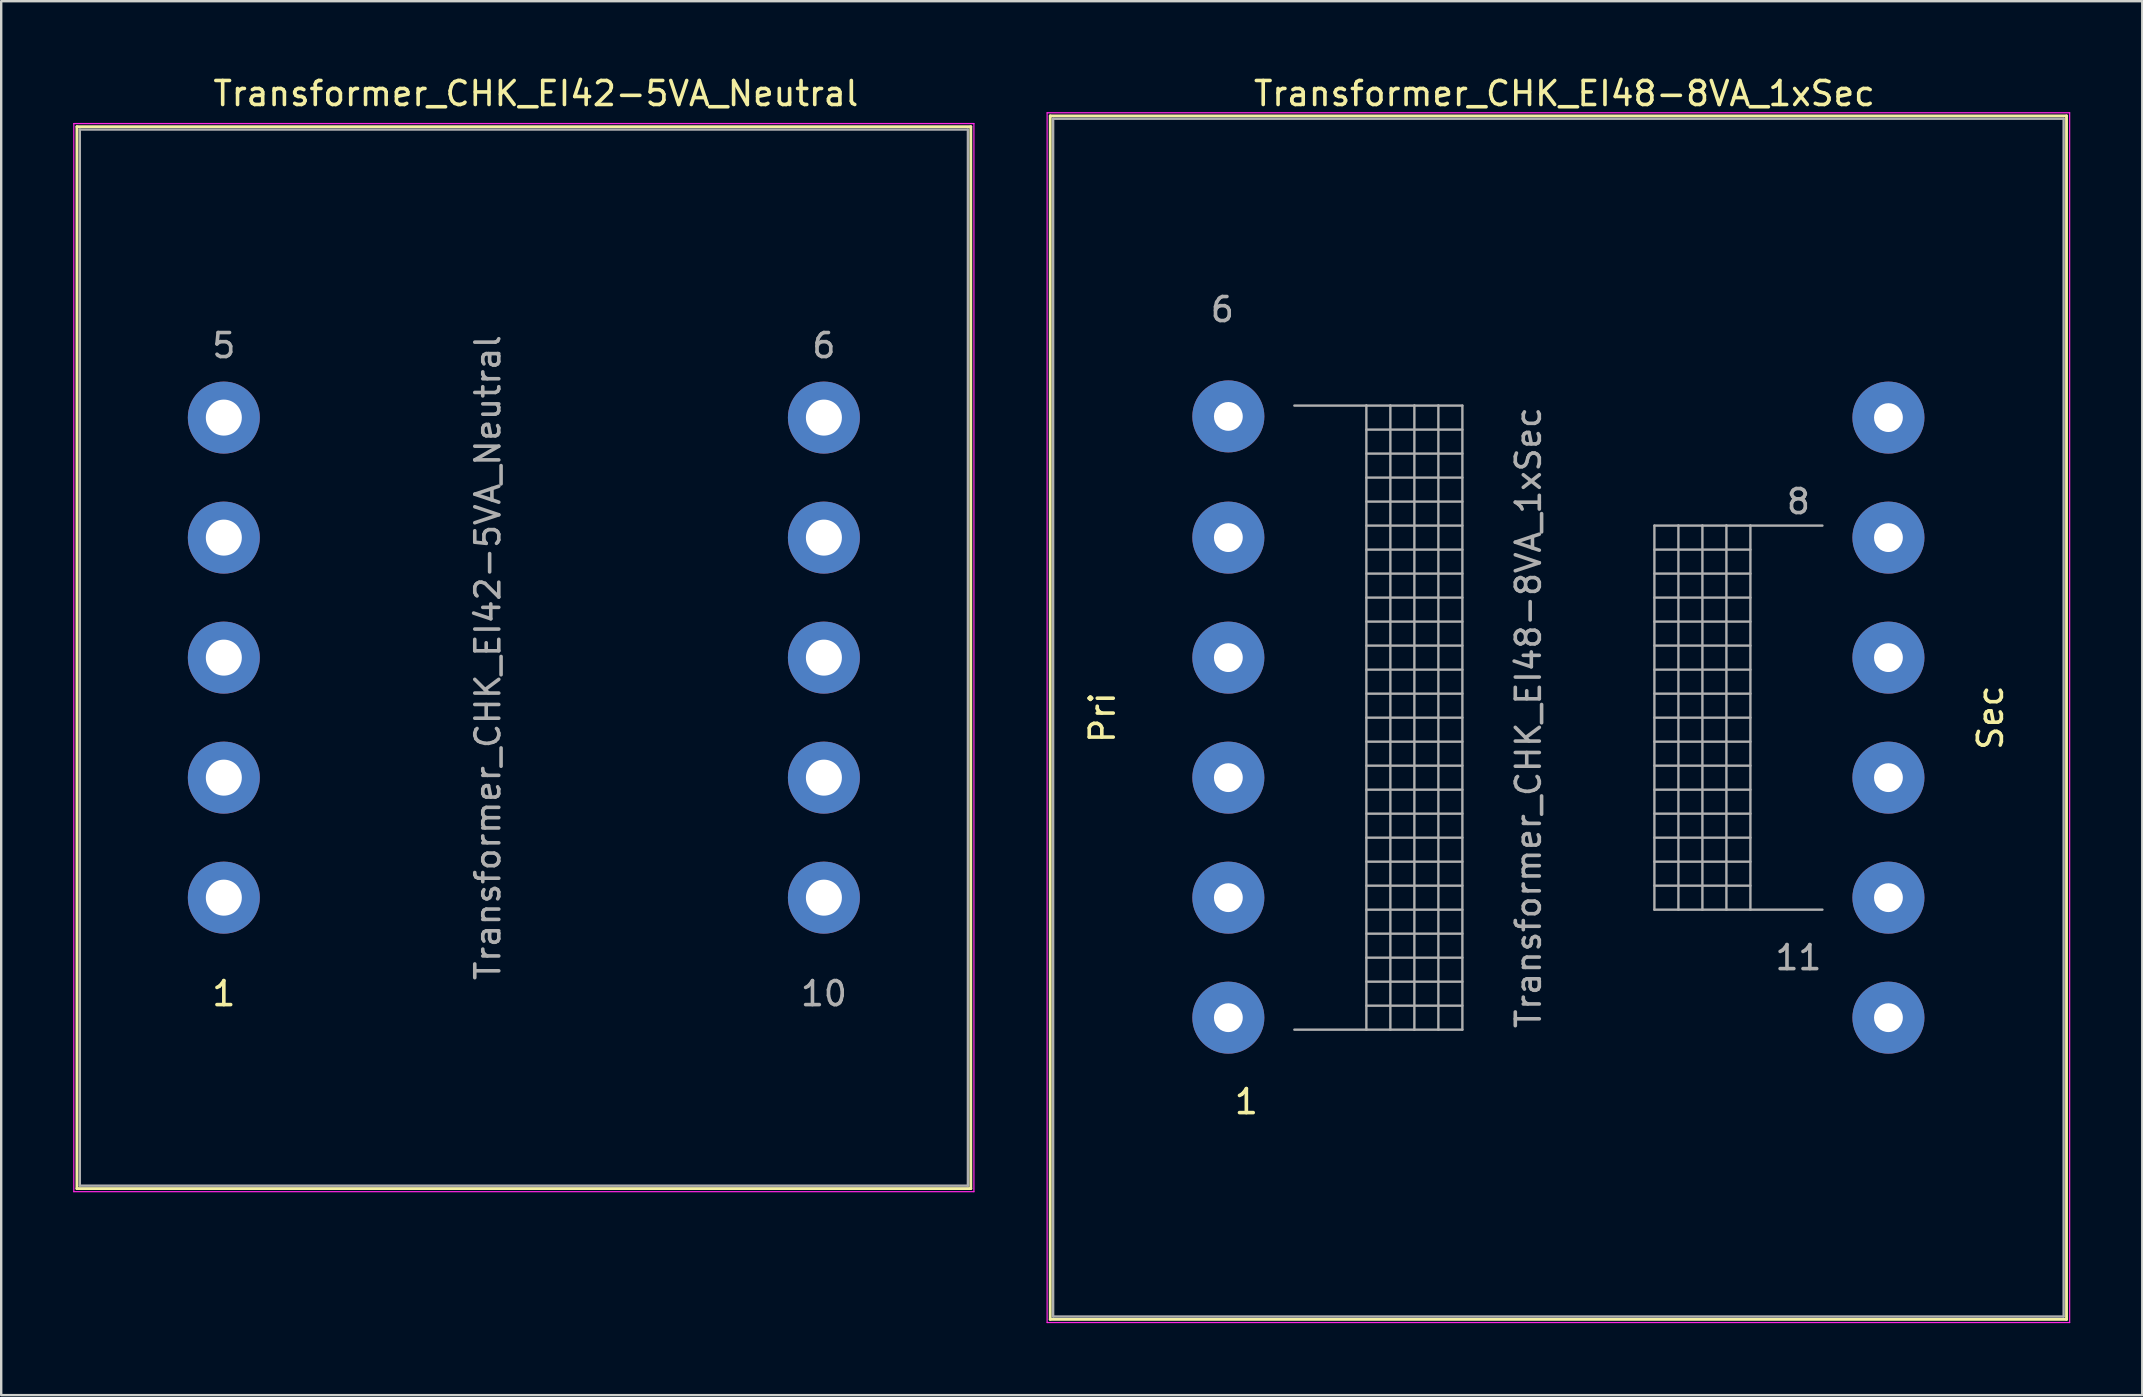
<source format=kicad_pcb>
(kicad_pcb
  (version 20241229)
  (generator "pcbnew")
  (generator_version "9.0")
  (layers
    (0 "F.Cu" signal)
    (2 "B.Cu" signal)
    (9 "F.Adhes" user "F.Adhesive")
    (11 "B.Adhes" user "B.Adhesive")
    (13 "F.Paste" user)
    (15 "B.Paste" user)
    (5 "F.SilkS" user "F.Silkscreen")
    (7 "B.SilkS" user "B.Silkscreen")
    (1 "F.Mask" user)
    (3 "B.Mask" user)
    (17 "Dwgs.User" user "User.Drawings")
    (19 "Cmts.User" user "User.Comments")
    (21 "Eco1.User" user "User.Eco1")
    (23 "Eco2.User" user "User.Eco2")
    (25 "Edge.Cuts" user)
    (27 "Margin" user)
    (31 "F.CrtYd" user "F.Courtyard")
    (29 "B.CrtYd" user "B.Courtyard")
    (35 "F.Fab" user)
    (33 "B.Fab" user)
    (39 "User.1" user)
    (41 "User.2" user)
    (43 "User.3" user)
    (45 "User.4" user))
  (footprint "Transformer_CHK_EI48-8VA_1xSec"
    (layer "F.Cu")
    (at 48.125 39.348)
    (property "Reference" "Transformer_CHK_EI48-8VA_1xSec" (at 14 -38.5 0) (layer "F.SilkS") (effects (font (size 1 1) (thickness 0.15))))
    (attr through_hole)
    (fp_line (start -7.42 -37.57) (end -7.42 12.57) (stroke (width 0.12) (type solid)) (layer "F.SilkS"))
    (fp_line (start -7.42 -37.57) (end 34.92 -37.57) (stroke (width 0.12) (type solid)) (layer "F.SilkS"))
    (fp_line (start 34.92 12.57) (end -7.42 12.57) (stroke (width 0.12) (type solid)) (layer "F.SilkS"))
    (fp_line (start 34.92 12.57) (end 34.92 -37.57) (stroke (width 0.12) (type solid)) (layer "F.SilkS"))
    (fp_line (start -7.55 -37.7) (end -7.55 12.7) (stroke (width 0.05) (type solid)) (layer "F.CrtYd"))
    (fp_line (start -7.55 -37.7) (end 35.05 -37.7) (stroke (width 0.05) (type solid)) (layer "F.CrtYd"))
    (fp_line (start 35.05 12.7) (end -7.55 12.7) (stroke (width 0.05) (type solid)) (layer "F.CrtYd"))
    (fp_line (start 35.05 12.7) (end 35.05 -37.7) (stroke (width 0.05) (type solid)) (layer "F.CrtYd"))
    (fp_line (start -7.3 -37.45) (end 34.8 -37.45) (stroke (width 0.1) (type solid)) (layer "F.Fab"))
    (fp_line (start -7.3 12.45) (end -7.3 -37.45) (stroke (width 0.1) (type solid)) (layer "F.Fab"))
    (fp_line (start 2.75 -25.5) (end 5.75 -25.5) (stroke (width 0.1) (type solid)) (layer "F.Fab"))
    (fp_line (start 5.75 -25.5) (end 5.75 0.5) (stroke (width 0.1) (type solid)) (layer "F.Fab"))
    (fp_line (start 5.75 -25.5) (end 6.75 -25.5) (stroke (width 0.1) (type solid)) (layer "F.Fab"))
    (fp_line (start 5.75 -24.5) (end 9.75 -24.5) (stroke (width 0.1) (type solid)) (layer "F.Fab"))
    (fp_line (start 5.75 -23.5) (end 9.75 -23.5) (stroke (width 0.1) (type solid)) (layer "F.Fab"))
    (fp_line (start 5.75 -22.5) (end 9.75 -22.5) (stroke (width 0.1) (type solid)) (layer "F.Fab"))
    (fp_line (start 5.75 -21.5) (end 9.75 -21.5) (stroke (width 0.1) (type solid)) (layer "F.Fab"))
    (fp_line (start 5.75 -20.5) (end 9.75 -20.5) (stroke (width 0.1) (type solid)) (layer "F.Fab"))
    (fp_line (start 5.75 -19.5) (end 9.75 -19.5) (stroke (width 0.1) (type solid)) (layer "F.Fab"))
    (fp_line (start 5.75 -18.5) (end 9.75 -18.5) (stroke (width 0.1) (type solid)) (layer "F.Fab"))
    (fp_line (start 5.75 -17.5) (end 9.75 -17.5) (stroke (width 0.1) (type solid)) (layer "F.Fab"))
    (fp_line (start 5.75 -16.5) (end 9.75 -16.5) (stroke (width 0.1) (type solid)) (layer "F.Fab"))
    (fp_line (start 5.75 -15.5) (end 9.75 -15.5) (stroke (width 0.1) (type solid)) (layer "F.Fab"))
    (fp_line (start 5.75 -14.5) (end 9.75 -14.5) (stroke (width 0.1) (type solid)) (layer "F.Fab"))
    (fp_line (start 5.75 -13.5) (end 9.75 -13.5) (stroke (width 0.1) (type solid)) (layer "F.Fab"))
    (fp_line (start 5.75 -12.5) (end 9.75 -12.5) (stroke (width 0.1) (type solid)) (layer "F.Fab"))
    (fp_line (start 5.75 -11.5) (end 9.75 -11.5) (stroke (width 0.1) (type solid)) (layer "F.Fab"))
    (fp_line (start 5.75 -10.5) (end 9.75 -10.5) (stroke (width 0.1) (type solid)) (layer "F.Fab"))
    (fp_line (start 5.75 -9.5) (end 9.75 -9.5) (stroke (width 0.1) (type solid)) (layer "F.Fab"))
    (fp_line (start 5.75 -8.5) (end 9.75 -8.5) (stroke (width 0.1) (type solid)) (layer "F.Fab"))
    (fp_line (start 5.75 -7.5) (end 9.75 -7.5) (stroke (width 0.1) (type solid)) (layer "F.Fab"))
    (fp_line (start 5.75 -6.5) (end 9.75 -6.5) (stroke (width 0.1) (type solid)) (layer "F.Fab"))
    (fp_line (start 5.75 -5.5) (end 9.75 -5.5) (stroke (width 0.1) (type solid)) (layer "F.Fab"))
    (fp_line (start 5.75 -4.5) (end 9.75 -4.5) (stroke (width 0.1) (type solid)) (layer "F.Fab"))
    (fp_line (start 5.75 -3.5) (end 9.75 -3.5) (stroke (width 0.1) (type solid)) (layer "F.Fab"))
    (fp_line (start 5.75 -2.5) (end 9.75 -2.5) (stroke (width 0.1) (type solid)) (layer "F.Fab"))
    (fp_line (start 5.75 -1.5) (end 9.75 -1.5) (stroke (width 0.1) (type solid)) (layer "F.Fab"))
    (fp_line (start 5.75 -0.5) (end 9.75 -0.5) (stroke (width 0.1) (type solid)) (layer "F.Fab"))
    (fp_line (start 5.75 0.5) (end 2.75 0.5) (stroke (width 0.1) (type solid)) (layer "F.Fab"))
    (fp_line (start 6.75 -25.5) (end 6.75 0.5) (stroke (width 0.1) (type solid)) (layer "F.Fab"))
    (fp_line (start 6.75 -25.5) (end 7.75 -25.5) (stroke (width 0.1) (type solid)) (layer "F.Fab"))
    (fp_line (start 6.75 0.5) (end 5.75 0.5) (stroke (width 0.1) (type solid)) (layer "F.Fab"))
    (fp_line (start 7.75 -25.5) (end 7.75 0.5) (stroke (width 0.1) (type solid)) (layer "F.Fab"))
    (fp_line (start 7.75 -25.5) (end 8.75 -25.5) (stroke (width 0.1) (type solid)) (layer "F.Fab"))
    (fp_line (start 7.75 0.5) (end 6.75 0.5) (stroke (width 0.1) (type solid)) (layer "F.Fab"))
    (fp_line (start 8.75 -25.5) (end 8.75 0.5) (stroke (width 0.1) (type solid)) (layer "F.Fab"))
    (fp_line (start 8.75 -25.5) (end 9.75 -25.5) (stroke (width 0.1) (type solid)) (layer "F.Fab"))
    (fp_line (start 8.75 0.5) (end 7.75 0.5) (stroke (width 0.1) (type solid)) (layer "F.Fab"))
    (fp_line (start 9.75 -25.5) (end 9.75 0.5) (stroke (width 0.1) (type solid)) (layer "F.Fab"))
    (fp_line (start 9.75 0.5) (end 8.75 0.5) (stroke (width 0.1) (type solid)) (layer "F.Fab"))
    (fp_line (start 17.75 -20.5) (end 17.75 -4.5) (stroke (width 0.1) (type solid)) (layer "F.Fab"))
    (fp_line (start 17.75 -19.5) (end 21.75 -19.5) (stroke (width 0.1) (type solid)) (layer "F.Fab"))
    (fp_line (start 17.75 -18.5) (end 21.75 -18.5) (stroke (width 0.1) (type solid)) (layer "F.Fab"))
    (fp_line (start 17.75 -17.5) (end 21.75 -17.5) (stroke (width 0.1) (type solid)) (layer "F.Fab"))
    (fp_line (start 17.75 -16.5) (end 21.75 -16.5) (stroke (width 0.1) (type solid)) (layer "F.Fab"))
    (fp_line (start 17.75 -15.5) (end 21.75 -15.5) (stroke (width 0.1) (type solid)) (layer "F.Fab"))
    (fp_line (start 17.75 -14.5) (end 21.75 -14.5) (stroke (width 0.1) (type solid)) (layer "F.Fab"))
    (fp_line (start 17.75 -13.5) (end 21.75 -13.5) (stroke (width 0.1) (type solid)) (layer "F.Fab"))
    (fp_line (start 17.75 -12.5) (end 21.75 -12.5) (stroke (width 0.1) (type solid)) (layer "F.Fab"))
    (fp_line (start 17.75 -11.5) (end 21.75 -11.5) (stroke (width 0.1) (type solid)) (layer "F.Fab"))
    (fp_line (start 17.75 -10.5) (end 21.75 -10.5) (stroke (width 0.1) (type solid)) (layer "F.Fab"))
    (fp_line (start 17.75 -9.5) (end 21.75 -9.5) (stroke (width 0.1) (type solid)) (layer "F.Fab"))
    (fp_line (start 17.75 -8.5) (end 21.75 -8.5) (stroke (width 0.1) (type solid)) (layer "F.Fab"))
    (fp_line (start 17.75 -7.5) (end 21.75 -7.5) (stroke (width 0.1) (type solid)) (layer "F.Fab"))
    (fp_line (start 17.75 -6.5) (end 21.75 -6.5) (stroke (width 0.1) (type solid)) (layer "F.Fab"))
    (fp_line (start 17.75 -5.5) (end 21.75 -5.5) (stroke (width 0.1) (type solid)) (layer "F.Fab"))
    (fp_line (start 17.75 -4.5) (end 18.75 -4.5) (stroke (width 0.1) (type solid)) (layer "F.Fab"))
    (fp_line (start 18.75 -20.5) (end 17.75 -20.5) (stroke (width 0.1) (type solid)) (layer "F.Fab"))
    (fp_line (start 18.75 -20.5) (end 18.75 -4.5) (stroke (width 0.1) (type solid)) (layer "F.Fab"))
    (fp_line (start 18.75 -4.5) (end 19.75 -4.5) (stroke (width 0.1) (type solid)) (layer "F.Fab"))
    (fp_line (start 19.75 -20.5) (end 18.75 -20.5) (stroke (width 0.1) (type solid)) (layer "F.Fab"))
    (fp_line (start 19.75 -20.5) (end 19.75 -4.5) (stroke (width 0.1) (type solid)) (layer "F.Fab"))
    (fp_line (start 19.75 -4.5) (end 20.75 -4.5) (stroke (width 0.1) (type solid)) (layer "F.Fab"))
    (fp_line (start 20.75 -20.5) (end 19.75 -20.5) (stroke (width 0.1) (type solid)) (layer "F.Fab"))
    (fp_line (start 20.75 -20.5) (end 20.75 -4.5) (stroke (width 0.1) (type solid)) (layer "F.Fab"))
    (fp_line (start 20.75 -4.5) (end 21.75 -4.5) (stroke (width 0.1) (type solid)) (layer "F.Fab"))
    (fp_line (start 21.75 -20.5) (end 20.75 -20.5) (stroke (width 0.1) (type solid)) (layer "F.Fab"))
    (fp_line (start 21.75 -20.5) (end 21.75 -4.5) (stroke (width 0.1) (type solid)) (layer "F.Fab"))
    (fp_line (start 21.75 -4.5) (end 24.75 -4.5) (stroke (width 0.1) (type solid)) (layer "F.Fab"))
    (fp_line (start 24.75 -20.5) (end 21.75 -20.5) (stroke (width 0.1) (type solid)) (layer "F.Fab"))
    (fp_line (start 34.8 -37.45) (end 34.8 12.45) (stroke (width 0.1) (type solid)) (layer "F.Fab"))
    (fp_line (start 34.8 12.45) (end -7.3 12.45) (stroke (width 0.1) (type solid)) (layer "F.Fab"))
    (fp_text user "Pri" (at -5.25 -12.5 90) (layer "F.SilkS") (effects (font (size 1 1) (thickness 0.15))))
    (fp_text user "1" (at 0.75 3.5 0) (layer "F.SilkS") (effects (font (size 1 1) (thickness 0.15))))
    (fp_text user "Sec" (at 31.75 -12.5 90) (layer "F.SilkS") (effects (font (size 1 1) (thickness 0.15))))
    (fp_text user "8" (at 23.75 -21.5 0) (layer "F.Fab") (effects (font (size 1 1) (thickness 0.15))))
    (fp_text user "6" (at -0.25 -29.5 0) (layer "F.Fab") (effects (font (size 1 1) (thickness 0.15))))
    (fp_text user "${REFERENCE}" (at 12.5 -12.5 90) (layer "F.Fab") (effects (font (size 1 1) (thickness 0.15))))
    (fp_text user "11" (at 23.75 -2.5 0) (layer "F.Fab") (effects (font (size 1 1) (thickness 0.15))))
    (pad "1" thru_hole circle (at 0 0) (size 3 3) (drill 1.2) (layers "*.Cu" "*.Mask"))
    (pad "2" thru_hole circle (at 0 -5) (size 3 3) (drill 1.2) (layers "*.Cu" "*.Mask"))
    (pad "3" thru_hole circle (at 0 -10) (size 3 3) (drill 1.2) (layers "*.Cu" "*.Mask"))
    (pad "4" thru_hole circle (at 0 -15) (size 3 3) (drill 1.2) (layers "*.Cu" "*.Mask"))
    (pad "5" thru_hole circle (at 0 -20) (size 3 3) (drill 1.2) (layers "*.Cu" "*.Mask"))
    (pad "6" thru_hole circle (at 0 -25.05) (size 3 3) (drill 1.2) (layers "*.Cu" "*.Mask"))
    (pad "7" thru_hole circle (at 27.5 -25) (size 3 3) (drill 1.2) (layers "*.Cu" "*.Mask"))
    (pad "8" thru_hole circle (at 27.5 -20) (size 3 3) (drill 1.2) (layers "*.Cu" "*.Mask"))
    (pad "9" thru_hole circle (at 27.5 -15) (size 3 3) (drill 1.2) (layers "*.Cu" "*.Mask"))
    (pad "10" thru_hole circle (at 27.5 -10) (size 3 3) (drill 1.2) (layers "*.Cu" "*.Mask"))
    (pad "11" thru_hole circle (at 27.5 -5) (size 3 3) (drill 1.2) (layers "*.Cu" "*.Mask"))
    (pad "12" thru_hole circle (at 27.5 0) (size 3 3) (drill 1.2) (layers "*.Cu" "*.Mask")))
  (footprint "Transformer_CHK_EI42-5VA_Neutral"
    (layer "F.Cu")
    (at 6.275 34.348)
    (property "Reference" "Transformer_CHK_EI42-5VA_Neutral" (at 13 -33.5 0) (layer "F.SilkS") (effects (font (size 1 1) (thickness 0.15))))
    (attr through_hole)
    (fp_line (start -6.12 -32.12) (end -6.12 12.12) (stroke (width 0.12) (type solid)) (layer "F.SilkS"))
    (fp_line (start -6.12 -32.12) (end 31.12 -32.12) (stroke (width 0.12) (type solid)) (layer "F.SilkS"))
    (fp_line (start 31.12 12.12) (end -6.12 12.12) (stroke (width 0.12) (type solid)) (layer "F.SilkS"))
    (fp_line (start 31.12 12.12) (end 31.12 -32.12) (stroke (width 0.12) (type solid)) (layer "F.SilkS"))
    (fp_line (start -6.25 -32.25) (end -6.25 12.25) (stroke (width 0.05) (type solid)) (layer "F.CrtYd"))
    (fp_line (start -6.25 -32.25) (end 31.25 -32.25) (stroke (width 0.05) (type solid)) (layer "F.CrtYd"))
    (fp_line (start 31.25 12.25) (end -6.25 12.25) (stroke (width 0.05) (type solid)) (layer "F.CrtYd"))
    (fp_line (start 31.25 12.25) (end 31.25 -32.25) (stroke (width 0.05) (type solid)) (layer "F.CrtYd"))
    (fp_line (start -6 -32) (end -6 12) (stroke (width 0.1) (type solid)) (layer "F.Fab"))
    (fp_line (start -6 12) (end 31 12) (stroke (width 0.1) (type solid)) (layer "F.Fab"))
    (fp_line (start 31 -32) (end -6 -32) (stroke (width 0.1) (type solid)) (layer "F.Fab"))
    (fp_line (start 31 12) (end 31 -32) (stroke (width 0.1) (type solid)) (layer "F.Fab"))
    (fp_text user "1" (at 0 4 0) (layer "F.SilkS") (effects (font (size 1 1) (thickness 0.15))))
    (fp_text user "5" (at 0 -23 0) (layer "F.Fab") (effects (font (size 1 1) (thickness 0.15))))
    (fp_text user "${REFERENCE}" (at 11 -10 90) (layer "F.Fab") (effects (font (size 1 1) (thickness 0.15))))
    (fp_text user "10" (at 25 4 0) (layer "F.Fab") (effects (font (size 1 1) (thickness 0.15))))
    (fp_text user "6" (at 25 -23 0) (layer "F.Fab") (effects (font (size 1 1) (thickness 0.15))))
    (pad "1" thru_hole circle (at 0 0) (size 3 3) (drill 1.5) (layers "*.Cu" "*.Mask"))
    (pad "2" thru_hole circle (at 0 -5) (size 3 3) (drill 1.5) (layers "*.Cu" "*.Mask"))
    (pad "3" thru_hole circle (at 0 -10) (size 3 3) (drill 1.5) (layers "*.Cu" "*.Mask"))
    (pad "4" thru_hole circle (at 0 -15) (size 3 3) (drill 1.5) (layers "*.Cu" "*.Mask"))
    (pad "5" thru_hole circle (at 0 -20) (size 3 3) (drill 1.5) (layers "*.Cu" "*.Mask"))
    (pad "6" thru_hole circle (at 25 -20) (size 3 3) (drill 1.5) (layers "*.Cu" "*.Mask"))
    (pad "7" thru_hole circle (at 25 -15) (size 3 3) (drill 1.5) (layers "*.Cu" "*.Mask"))
    (pad "8" thru_hole circle (at 25 -10) (size 3 3) (drill 1.5) (layers "*.Cu" "*.Mask"))
    (pad "9" thru_hole circle (at 25 -5) (size 3 3) (drill 1.5) (layers "*.Cu" "*.Mask"))
    (pad "10" thru_hole circle (at 25 0) (size 3 3) (drill 1.5) (layers "*.Cu" "*.Mask")))
  (gr_rect
    (start -3 -3)
    (end 86.2 55.073)
    (stroke (width 0.1) (type default))
    (fill no)
    (layer "Edge.Cuts")))
</source>
